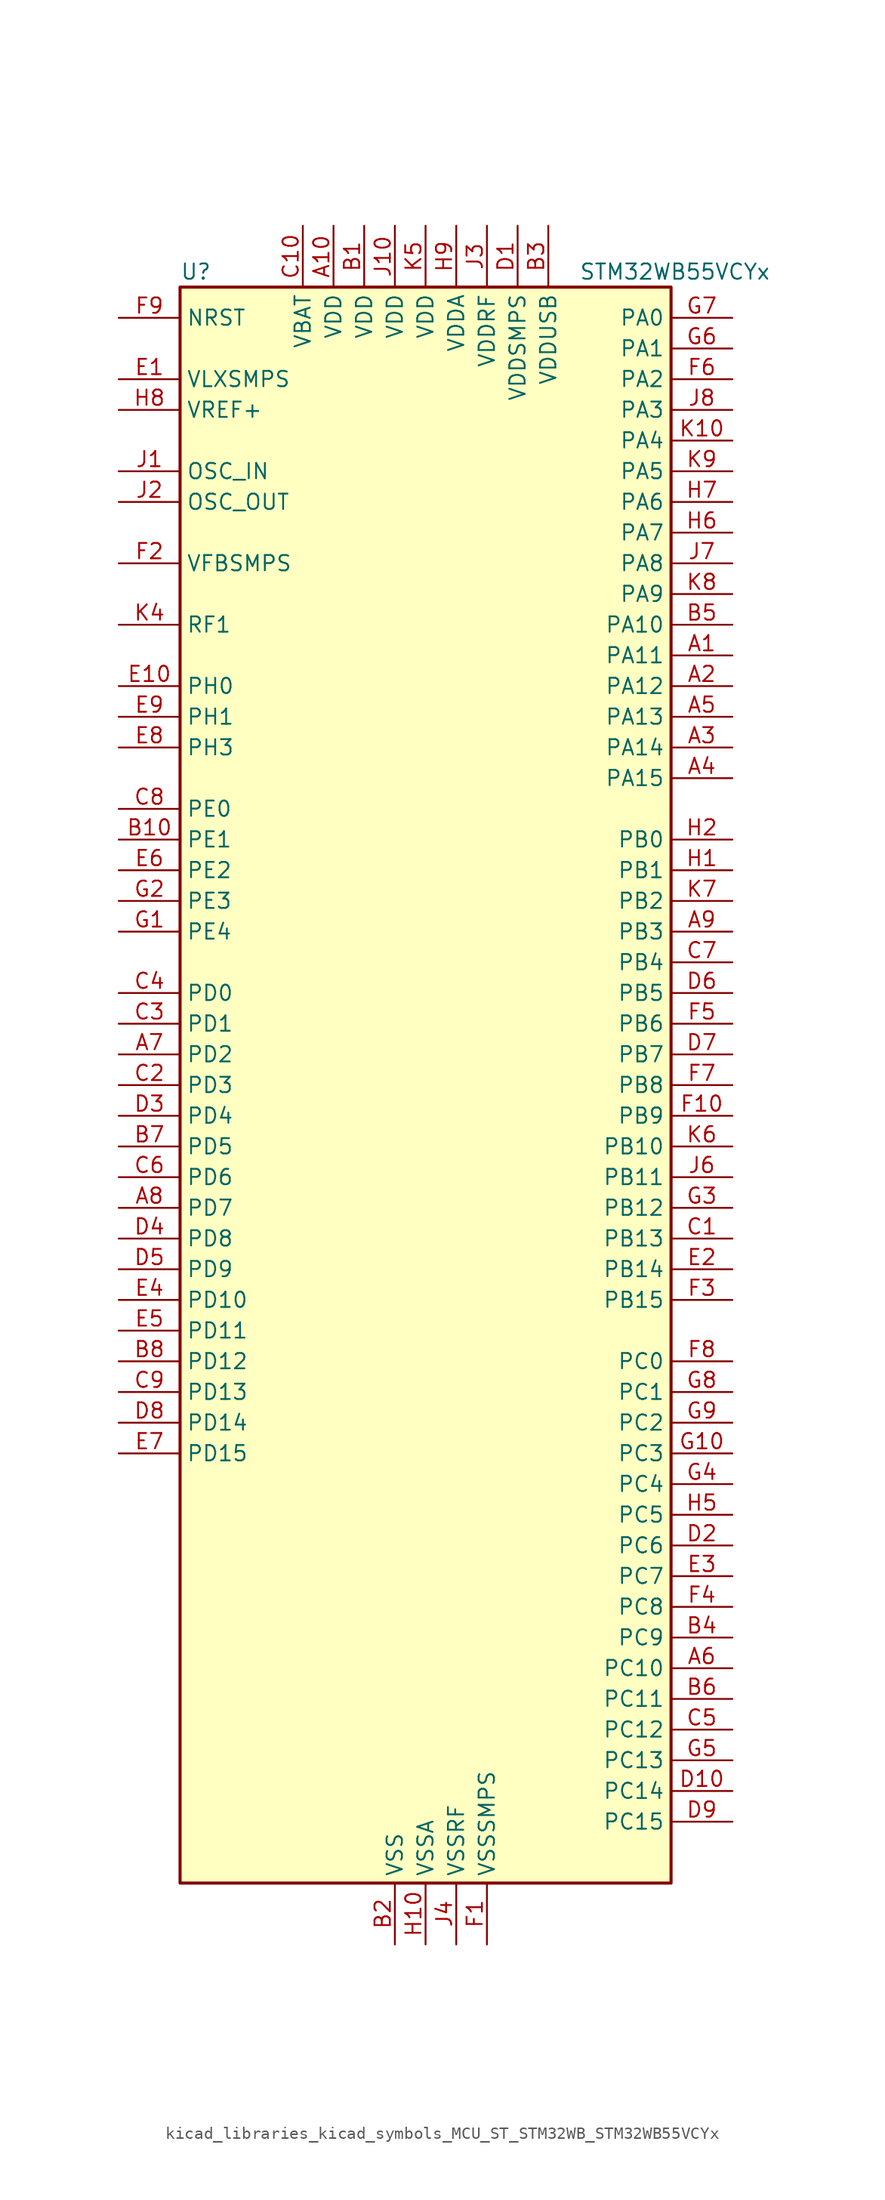
<source format=kicad_sym>
(kicad_symbol_lib
  (version 20220914)
  (generator kicad_symbol_editor)
  (symbol "kicad_libraries_kicad_symbols_MCU_ST_STM32WB_STM32WB55VCYx"
    (property "Reference" "U"
      (at -20.32 67.31 0)
      (effects (font (size 1.27 1.27)) (justify left)))
    (property "Value" "STM32WB55VCYx"
      (at 12.7 67.31 0)
      (effects (font (size 1.27 1.27)) (justify left)))
    (property "ki_locked" ""
      (at 0 0 0)
      (effects (font (size 1.27 1.27))))
    (symbol "kicad_libraries_kicad_symbols_MCU_ST_STM32WB_STM32WB55VCYx_0_1"
      (rectangle (start -20.32 -66.04) (end 20.32 66.04) (stroke (width 0.254) (type default)) (fill (type background))))
    (symbol "kicad_libraries_kicad_symbols_MCU_ST_STM32WB_STM32WB55VCYx_1_1"
      (pin bidirectional line (at 25.4 35.56 180) (length 5.08) (name "PA11" (effects (font (size 1.27 1.27)))) (number "A1" (effects (font (size 1.27 1.27)))) (alternate "ADC1_EXTI11" bidirectional line) (alternate "SPI1_MISO" bidirectional line) (alternate "TIM1_BKIN2" bidirectional line) (alternate "TIM1_CH4" bidirectional line) (alternate "USART1_CTS" bidirectional line) (alternate "USART1_NSS" bidirectional line) (alternate "USB_DM" bidirectional line))
      (pin power_in line (at -7.62 71.12 270) (length 5.08) (name "VDD" (effects (font (size 1.27 1.27)))) (number "A10" (effects (font (size 1.27 1.27)))))
      (pin bidirectional line (at 25.4 33.02 180) (length 5.08) (name "PA12" (effects (font (size 1.27 1.27)))) (number "A2" (effects (font (size 1.27 1.27)))) (alternate "LPUART1_RX" bidirectional line) (alternate "SPI1_MOSI" bidirectional line) (alternate "TIM1_ETR" bidirectional line) (alternate "USART1_DE" bidirectional line) (alternate "USART1_RTS" bidirectional line) (alternate "USB_DP" bidirectional line))
      (pin bidirectional line (at 25.4 27.94 180) (length 5.08) (name "PA14" (effects (font (size 1.27 1.27)))) (number "A3" (effects (font (size 1.27 1.27)))) (alternate "I2C1_SMBA" bidirectional line) (alternate "LCD_SEG5" bidirectional line) (alternate "LPTIM1_OUT" bidirectional line) (alternate "SAI1_FS_B" bidirectional line) (alternate "SYS_JTCK-SWCLK" bidirectional line))
      (pin bidirectional line (at 25.4 25.4 180) (length 5.08) (name "PA15" (effects (font (size 1.27 1.27)))) (number "A4" (effects (font (size 1.27 1.27)))) (alternate "ADC1_EXTI15" bidirectional line) (alternate "LCD_SEG17" bidirectional line) (alternate "RCC_MCO" bidirectional line) (alternate "SPI1_NSS" bidirectional line) (alternate "SYS_JTDI" bidirectional line) (alternate "TIM2_CH1" bidirectional line) (alternate "TIM2_ETR" bidirectional line) (alternate "TSC_G3_IO1" bidirectional line))
      (pin bidirectional line (at 25.4 30.48 180) (length 5.08) (name "PA13" (effects (font (size 1.27 1.27)))) (number "A5" (effects (font (size 1.27 1.27)))) (alternate "IR_OUT" bidirectional line) (alternate "SAI1_SD_B" bidirectional line) (alternate "SYS_JTMS-SWDIO" bidirectional line) (alternate "USB_NOE" bidirectional line))
      (pin bidirectional line (at 25.4 -48.26 180) (length 5.08) (name "PC10" (effects (font (size 1.27 1.27)))) (number "A6" (effects (font (size 1.27 1.27)))) (alternate "LCD_COM4" bidirectional line) (alternate "LCD_SEG28" bidirectional line) (alternate "LCD_SEG40" bidirectional line) (alternate "SYS_TRACED1" bidirectional line) (alternate "TSC_G3_IO2" bidirectional line))
      (pin bidirectional line (at -25.4 2.54 0) (length 5.08) (name "PD2" (effects (font (size 1.27 1.27)))) (number "A7" (effects (font (size 1.27 1.27)))) (alternate "LCD_COM7" bidirectional line) (alternate "LCD_SEG31" bidirectional line) (alternate "LCD_SEG43" bidirectional line) (alternate "SYS_TRACED2" bidirectional line) (alternate "TSC_SYNC" bidirectional line))
      (pin bidirectional line (at -25.4 -10.16 0) (length 5.08) (name "PD7" (effects (font (size 1.27 1.27)))) (number "A8" (effects (font (size 1.27 1.27)))) (alternate "LCD_SEG39" bidirectional line) (alternate "QUADSPI_BK1_IO3" bidirectional line) (alternate "TSC_G5_IO4" bidirectional line))
      (pin bidirectional line (at 25.4 12.7 180) (length 5.08) (name "PB3" (effects (font (size 1.27 1.27)))) (number "A9" (effects (font (size 1.27 1.27)))) (alternate "COMP2_INM" bidirectional line) (alternate "LCD_SEG7" bidirectional line) (alternate "SAI1_SCK_B" bidirectional line) (alternate "SPI1_SCK" bidirectional line) (alternate "SYS_JTDO-SWO" bidirectional line) (alternate "TIM2_CH2" bidirectional line) (alternate "USART1_DE" bidirectional line) (alternate "USART1_RTS" bidirectional line))
      (pin power_in line (at -5.08 71.12 270) (length 5.08) (name "VDD" (effects (font (size 1.27 1.27)))) (number "B1" (effects (font (size 1.27 1.27)))))
      (pin bidirectional line (at -25.4 20.32 0) (length 5.08) (name "PE1" (effects (font (size 1.27 1.27)))) (number "B10" (effects (font (size 1.27 1.27)))) (alternate "LCD_SEG37" bidirectional line) (alternate "TIM17_CH1" bidirectional line) (alternate "TSC_G7_IO2" bidirectional line))
      (pin power_in line (at -2.54 -71.12 90) (length 5.08) (name "VSS" (effects (font (size 1.27 1.27)))) (number "B2" (effects (font (size 1.27 1.27)))))
      (pin power_in line (at 10.16 71.12 270) (length 5.08) (name "VDDUSB" (effects (font (size 1.27 1.27)))) (number "B3" (effects (font (size 1.27 1.27)))))
      (pin bidirectional line (at 25.4 -45.72 180) (length 5.08) (name "PC9" (effects (font (size 1.27 1.27)))) (number "B4" (effects (font (size 1.27 1.27)))) (alternate "LCD_SEG27" bidirectional line) (alternate "SAI1_SCK_B" bidirectional line) (alternate "TIM1_BKIN" bidirectional line) (alternate "TSC_G4_IO4" bidirectional line) (alternate "USB_NOE" bidirectional line))
      (pin bidirectional line (at 25.4 38.1 180) (length 5.08) (name "PA10" (effects (font (size 1.27 1.27)))) (number "B5" (effects (font (size 1.27 1.27)))) (alternate "CRS_SYNC" bidirectional line) (alternate "I2C1_SDA" bidirectional line) (alternate "LCD_COM2" bidirectional line) (alternate "SAI1_D1" bidirectional line) (alternate "SAI1_SD_A" bidirectional line) (alternate "TIM17_BKIN" bidirectional line) (alternate "TIM1_CH3" bidirectional line) (alternate "USART1_RX" bidirectional line))
      (pin bidirectional line (at 25.4 -50.8 180) (length 5.08) (name "PC11" (effects (font (size 1.27 1.27)))) (number "B6" (effects (font (size 1.27 1.27)))) (alternate "ADC1_EXTI11" bidirectional line) (alternate "LCD_COM5" bidirectional line) (alternate "LCD_SEG29" bidirectional line) (alternate "LCD_SEG41" bidirectional line) (alternate "TSC_G3_IO3" bidirectional line))
      (pin bidirectional line (at -25.4 -5.08 0) (length 5.08) (name "PD5" (effects (font (size 1.27 1.27)))) (number "B7" (effects (font (size 1.27 1.27)))) (alternate "QUADSPI_BK1_IO1" bidirectional line) (alternate "SAI1_MCLK_B" bidirectional line) (alternate "TSC_G5_IO2" bidirectional line))
      (pin bidirectional line (at -25.4 -22.86 0) (length 5.08) (name "PD12" (effects (font (size 1.27 1.27)))) (number "B8" (effects (font (size 1.27 1.27)))) (alternate "LCD_SEG32" bidirectional line) (alternate "LPTIM2_IN1" bidirectional line) (alternate "TSC_G6_IO3" bidirectional line))
      (pin passive line (at -2.54 -71.12 90) (length 5.08) hide (name "VSS" (effects (font (size 1.27 1.27)))) (number "B9" (effects (font (size 1.27 1.27)))))
      (pin bidirectional line (at 25.4 -12.7 180) (length 5.08) (name "PB13" (effects (font (size 1.27 1.27)))) (number "C1" (effects (font (size 1.27 1.27)))) (alternate "I2C3_SCL" bidirectional line) (alternate "LCD_SEG13" bidirectional line) (alternate "LPUART1_CTS" bidirectional line) (alternate "SAI1_SCK_A" bidirectional line) (alternate "SPI2_SCK" bidirectional line) (alternate "TIM1_CH1N" bidirectional line) (alternate "TSC_G1_IO2" bidirectional line))
      (pin power_in line (at -10.16 71.12 270) (length 5.08) (name "VBAT" (effects (font (size 1.27 1.27)))) (number "C10" (effects (font (size 1.27 1.27)))))
      (pin bidirectional line (at -25.4 0 0) (length 5.08) (name "PD3" (effects (font (size 1.27 1.27)))) (number "C2" (effects (font (size 1.27 1.27)))) (alternate "QUADSPI_BK1_NCS" bidirectional line) (alternate "SPI2_MISO" bidirectional line) (alternate "SPI2_SCK" bidirectional line))
      (pin bidirectional line (at -25.4 5.08 0) (length 5.08) (name "PD1" (effects (font (size 1.27 1.27)))) (number "C3" (effects (font (size 1.27 1.27)))) (alternate "SPI2_SCK" bidirectional line))
      (pin bidirectional line (at -25.4 7.62 0) (length 5.08) (name "PD0" (effects (font (size 1.27 1.27)))) (number "C4" (effects (font (size 1.27 1.27)))) (alternate "SPI2_NSS" bidirectional line))
      (pin bidirectional line (at 25.4 -53.34 180) (length 5.08) (name "PC12" (effects (font (size 1.27 1.27)))) (number "C5" (effects (font (size 1.27 1.27)))) (alternate "LCD_COM6" bidirectional line) (alternate "LCD_SEG30" bidirectional line) (alternate "LCD_SEG42" bidirectional line) (alternate "RCC_LSCO" bidirectional line) (alternate "RTC_TAMP3" bidirectional line) (alternate "SYS_TRACED3" bidirectional line) (alternate "SYS_WKUP3" bidirectional line) (alternate "TSC_G3_IO4" bidirectional line))
      (pin bidirectional line (at -25.4 -7.62 0) (length 5.08) (name "PD6" (effects (font (size 1.27 1.27)))) (number "C6" (effects (font (size 1.27 1.27)))) (alternate "QUADSPI_BK1_IO2" bidirectional line) (alternate "SAI1_D1" bidirectional line) (alternate "SAI1_SD_A" bidirectional line) (alternate "TSC_G5_IO3" bidirectional line))
      (pin bidirectional line (at 25.4 10.16 180) (length 5.08) (name "PB4" (effects (font (size 1.27 1.27)))) (number "C7" (effects (font (size 1.27 1.27)))) (alternate "COMP2_INP" bidirectional line) (alternate "I2C3_SDA" bidirectional line) (alternate "LCD_SEG8" bidirectional line) (alternate "SAI1_MCLK_B" bidirectional line) (alternate "SPI1_MISO" bidirectional line) (alternate "SYS_JTRST" bidirectional line) (alternate "TIM17_BKIN" bidirectional line) (alternate "TSC_G2_IO1" bidirectional line) (alternate "USART1_CTS" bidirectional line) (alternate "USART1_NSS" bidirectional line))
      (pin bidirectional line (at -25.4 22.86 0) (length 5.08) (name "PE0" (effects (font (size 1.27 1.27)))) (number "C8" (effects (font (size 1.27 1.27)))) (alternate "LCD_SEG36" bidirectional line) (alternate "TIM16_CH1" bidirectional line) (alternate "TIM1_ETR" bidirectional line) (alternate "TSC_G7_IO3" bidirectional line))
      (pin bidirectional line (at -25.4 -25.4 0) (length 5.08) (name "PD13" (effects (font (size 1.27 1.27)))) (number "C9" (effects (font (size 1.27 1.27)))) (alternate "LCD_SEG33" bidirectional line) (alternate "LPTIM2_OUT" bidirectional line) (alternate "TSC_G6_IO4" bidirectional line))
      (pin power_in line (at 7.62 71.12 270) (length 5.08) (name "VDDSMPS" (effects (font (size 1.27 1.27)))) (number "D1" (effects (font (size 1.27 1.27)))))
      (pin bidirectional line (at 25.4 -58.42 180) (length 5.08) (name "PC14" (effects (font (size 1.27 1.27)))) (number "D10" (effects (font (size 1.27 1.27)))) (alternate "RCC_OSC32_IN" bidirectional line))
      (pin bidirectional line (at 25.4 -38.1 180) (length 5.08) (name "PC6" (effects (font (size 1.27 1.27)))) (number "D2" (effects (font (size 1.27 1.27)))) (alternate "LCD_SEG24" bidirectional line) (alternate "TSC_G4_IO1" bidirectional line))
      (pin bidirectional line (at -25.4 -2.54 0) (length 5.08) (name "PD4" (effects (font (size 1.27 1.27)))) (number "D3" (effects (font (size 1.27 1.27)))) (alternate "QUADSPI_BK1_IO0" bidirectional line) (alternate "SPI2_MOSI" bidirectional line) (alternate "TSC_G5_IO1" bidirectional line))
      (pin bidirectional line (at -25.4 -12.7 0) (length 5.08) (name "PD8" (effects (font (size 1.27 1.27)))) (number "D4" (effects (font (size 1.27 1.27)))) (alternate "LCD_SEG28" bidirectional line) (alternate "TIM1_BKIN2" bidirectional line))
      (pin bidirectional line (at -25.4 -15.24 0) (length 5.08) (name "PD9" (effects (font (size 1.27 1.27)))) (number "D5" (effects (font (size 1.27 1.27)))) (alternate "LCD_SEG29" bidirectional line) (alternate "SYS_TRACED0" bidirectional line))
      (pin bidirectional line (at 25.4 7.62 180) (length 5.08) (name "PB5" (effects (font (size 1.27 1.27)))) (number "D6" (effects (font (size 1.27 1.27)))) (alternate "COMP2_OUT" bidirectional line) (alternate "I2C1_SMBA" bidirectional line) (alternate "LCD_SEG9" bidirectional line) (alternate "LPTIM1_IN1" bidirectional line) (alternate "LPUART1_TX" bidirectional line) (alternate "SAI1_SD_B" bidirectional line) (alternate "SPI1_MOSI" bidirectional line) (alternate "TIM16_BKIN" bidirectional line) (alternate "TSC_G2_IO2" bidirectional line) (alternate "USART1_CK" bidirectional line))
      (pin bidirectional line (at 25.4 2.54 180) (length 5.08) (name "PB7" (effects (font (size 1.27 1.27)))) (number "D7" (effects (font (size 1.27 1.27)))) (alternate "COMP2_INM" bidirectional line) (alternate "I2C1_SDA" bidirectional line) (alternate "LCD_SEG21" bidirectional line) (alternate "LPTIM1_IN2" bidirectional line) (alternate "SYS_PVD_IN" bidirectional line) (alternate "TIM17_CH1N" bidirectional line) (alternate "TIM1_BKIN" bidirectional line) (alternate "TSC_G2_IO4" bidirectional line) (alternate "USART1_RX" bidirectional line))
      (pin bidirectional line (at -25.4 -27.94 0) (length 5.08) (name "PD14" (effects (font (size 1.27 1.27)))) (number "D8" (effects (font (size 1.27 1.27)))) (alternate "LCD_SEG34" bidirectional line) (alternate "TIM1_CH1" bidirectional line))
      (pin bidirectional line (at 25.4 -60.96 180) (length 5.08) (name "PC15" (effects (font (size 1.27 1.27)))) (number "D9" (effects (font (size 1.27 1.27)))) (alternate "ADC1_EXTI15" bidirectional line) (alternate "RCC_OSC32_OUT" bidirectional line))
      (pin power_in line (at -25.4 58.42 0) (length 5.08) (name "VLXSMPS" (effects (font (size 1.27 1.27)))) (number "E1" (effects (font (size 1.27 1.27)))))
      (pin bidirectional line (at -25.4 33.02 0) (length 5.08) (name "PH0" (effects (font (size 1.27 1.27)))) (number "E10" (effects (font (size 1.27 1.27)))))
      (pin bidirectional line (at 25.4 -15.24 180) (length 5.08) (name "PB14" (effects (font (size 1.27 1.27)))) (number "E2" (effects (font (size 1.27 1.27)))) (alternate "I2C3_SDA" bidirectional line) (alternate "LCD_SEG14" bidirectional line) (alternate "SAI1_MCLK_A" bidirectional line) (alternate "SPI2_MISO" bidirectional line) (alternate "TIM1_CH2N" bidirectional line) (alternate "TSC_G1_IO3" bidirectional line))
      (pin bidirectional line (at 25.4 -40.64 180) (length 5.08) (name "PC7" (effects (font (size 1.27 1.27)))) (number "E3" (effects (font (size 1.27 1.27)))) (alternate "LCD_SEG25" bidirectional line) (alternate "TSC_G4_IO2" bidirectional line))
      (pin bidirectional line (at -25.4 -17.78 0) (length 5.08) (name "PD10" (effects (font (size 1.27 1.27)))) (number "E4" (effects (font (size 1.27 1.27)))) (alternate "LCD_SEG30" bidirectional line) (alternate "SYS_TRIG_INOUT" bidirectional line) (alternate "TSC_G6_IO1" bidirectional line))
      (pin bidirectional line (at -25.4 -20.32 0) (length 5.08) (name "PD11" (effects (font (size 1.27 1.27)))) (number "E5" (effects (font (size 1.27 1.27)))) (alternate "ADC1_EXTI11" bidirectional line) (alternate "LCD_SEG31" bidirectional line) (alternate "LPTIM2_ETR" bidirectional line) (alternate "TSC_G6_IO2" bidirectional line))
      (pin bidirectional line (at -25.4 17.78 0) (length 5.08) (name "PE2" (effects (font (size 1.27 1.27)))) (number "E6" (effects (font (size 1.27 1.27)))) (alternate "LCD_SEG38" bidirectional line) (alternate "SAI1_CK1" bidirectional line) (alternate "SAI1_MCLK_A" bidirectional line) (alternate "SYS_TRACECLK" bidirectional line) (alternate "TSC_G7_IO1" bidirectional line))
      (pin bidirectional line (at -25.4 -30.48 0) (length 5.08) (name "PD15" (effects (font (size 1.27 1.27)))) (number "E7" (effects (font (size 1.27 1.27)))) (alternate "ADC1_EXTI15" bidirectional line) (alternate "LCD_SEG35" bidirectional line) (alternate "TIM1_CH2" bidirectional line))
      (pin bidirectional line (at -25.4 27.94 0) (length 5.08) (name "PH3" (effects (font (size 1.27 1.27)))) (number "E8" (effects (font (size 1.27 1.27)))) (alternate "RCC_LSCO" bidirectional line))
      (pin bidirectional line (at -25.4 30.48 0) (length 5.08) (name "PH1" (effects (font (size 1.27 1.27)))) (number "E9" (effects (font (size 1.27 1.27)))))
      (pin power_in line (at 5.08 -71.12 90) (length 5.08) (name "VSSSMPS" (effects (font (size 1.27 1.27)))) (number "F1" (effects (font (size 1.27 1.27)))))
      (pin bidirectional line (at 25.4 -2.54 180) (length 5.08) (name "PB9" (effects (font (size 1.27 1.27)))) (number "F10" (effects (font (size 1.27 1.27)))) (alternate "I2C1_SDA" bidirectional line) (alternate "IR_OUT" bidirectional line) (alternate "LCD_COM3" bidirectional line) (alternate "QUADSPI_BK1_IO0" bidirectional line) (alternate "SAI1_D2" bidirectional line) (alternate "SAI1_FS_A" bidirectional line) (alternate "SPI2_NSS" bidirectional line) (alternate "TIM17_CH1" bidirectional line) (alternate "TIM1_CH3N" bidirectional line) (alternate "TSC_G7_IO4" bidirectional line))
      (pin input line (at -25.4 43.18 0) (length 5.08) (name "VFBSMPS" (effects (font (size 1.27 1.27)))) (number "F2" (effects (font (size 1.27 1.27)))))
      (pin bidirectional line (at 25.4 -17.78 180) (length 5.08) (name "PB15" (effects (font (size 1.27 1.27)))) (number "F3" (effects (font (size 1.27 1.27)))) (alternate "ADC1_EXTI15" bidirectional line) (alternate "LCD_SEG15" bidirectional line) (alternate "RTC_REFIN" bidirectional line) (alternate "SAI1_SD_A" bidirectional line) (alternate "SPI2_MOSI" bidirectional line) (alternate "TIM1_CH3N" bidirectional line) (alternate "TSC_G1_IO4" bidirectional line))
      (pin bidirectional line (at 25.4 -43.18 180) (length 5.08) (name "PC8" (effects (font (size 1.27 1.27)))) (number "F4" (effects (font (size 1.27 1.27)))) (alternate "LCD_SEG26" bidirectional line) (alternate "TSC_G4_IO3" bidirectional line))
      (pin bidirectional line (at 25.4 5.08 180) (length 5.08) (name "PB6" (effects (font (size 1.27 1.27)))) (number "F5" (effects (font (size 1.27 1.27)))) (alternate "COMP2_INP" bidirectional line) (alternate "I2C1_SCL" bidirectional line) (alternate "LCD_SEG6" bidirectional line) (alternate "LPTIM1_ETR" bidirectional line) (alternate "RCC_MCO" bidirectional line) (alternate "SAI1_FS_B" bidirectional line) (alternate "TIM16_CH1N" bidirectional line) (alternate "TSC_G2_IO3" bidirectional line) (alternate "USART1_TX" bidirectional line))
      (pin bidirectional line (at 25.4 58.42 180) (length 5.08) (name "PA2" (effects (font (size 1.27 1.27)))) (number "F6" (effects (font (size 1.27 1.27)))) (alternate "ADC1_IN7" bidirectional line) (alternate "COMP2_INM" bidirectional line) (alternate "COMP2_OUT" bidirectional line) (alternate "LCD_SEG1" bidirectional line) (alternate "LPUART1_TX" bidirectional line) (alternate "QUADSPI_BK1_NCS" bidirectional line) (alternate "RCC_LSCO" bidirectional line) (alternate "SYS_WKUP4" bidirectional line) (alternate "TIM2_CH3" bidirectional line))
      (pin bidirectional line (at 25.4 0 180) (length 5.08) (name "PB8" (effects (font (size 1.27 1.27)))) (number "F7" (effects (font (size 1.27 1.27)))) (alternate "I2C1_SCL" bidirectional line) (alternate "LCD_SEG16" bidirectional line) (alternate "QUADSPI_BK1_IO1" bidirectional line) (alternate "SAI1_CK1" bidirectional line) (alternate "SAI1_MCLK_A" bidirectional line) (alternate "TIM16_CH1" bidirectional line) (alternate "TIM1_CH2N" bidirectional line))
      (pin bidirectional line (at 25.4 -22.86 180) (length 5.08) (name "PC0" (effects (font (size 1.27 1.27)))) (number "F8" (effects (font (size 1.27 1.27)))) (alternate "ADC1_IN1" bidirectional line) (alternate "I2C3_SCL" bidirectional line) (alternate "LCD_SEG18" bidirectional line) (alternate "LPTIM1_IN1" bidirectional line) (alternate "LPTIM2_IN1" bidirectional line) (alternate "LPUART1_RX" bidirectional line))
      (pin input line (at -25.4 63.5 0) (length 5.08) (name "NRST" (effects (font (size 1.27 1.27)))) (number "F9" (effects (font (size 1.27 1.27)))))
      (pin bidirectional line (at -25.4 12.7 0) (length 5.08) (name "PE4" (effects (font (size 1.27 1.27)))) (number "G1" (effects (font (size 1.27 1.27)))))
      (pin bidirectional line (at 25.4 -30.48 180) (length 5.08) (name "PC3" (effects (font (size 1.27 1.27)))) (number "G10" (effects (font (size 1.27 1.27)))) (alternate "ADC1_IN4" bidirectional line) (alternate "LCD_VLCD" bidirectional line) (alternate "LPTIM1_ETR" bidirectional line) (alternate "LPTIM2_ETR" bidirectional line) (alternate "SAI1_D1" bidirectional line) (alternate "SAI1_SD_A" bidirectional line) (alternate "SPI2_MOSI" bidirectional line))
      (pin bidirectional line (at -25.4 15.24 0) (length 5.08) (name "PE3" (effects (font (size 1.27 1.27)))) (number "G2" (effects (font (size 1.27 1.27)))))
      (pin bidirectional line (at 25.4 -10.16 180) (length 5.08) (name "PB12" (effects (font (size 1.27 1.27)))) (number "G3" (effects (font (size 1.27 1.27)))) (alternate "I2C3_SMBA" bidirectional line) (alternate "LCD_SEG12" bidirectional line) (alternate "LPUART1_DE" bidirectional line) (alternate "LPUART1_RTS" bidirectional line) (alternate "SAI1_FS_A" bidirectional line) (alternate "SPI2_NSS" bidirectional line) (alternate "TIM1_BKIN" bidirectional line) (alternate "TSC_G1_IO1" bidirectional line))
      (pin bidirectional line (at 25.4 -33.02 180) (length 5.08) (name "PC4" (effects (font (size 1.27 1.27)))) (number "G4" (effects (font (size 1.27 1.27)))) (alternate "ADC1_IN13" bidirectional line) (alternate "COMP1_INM" bidirectional line) (alternate "LCD_SEG22" bidirectional line))
      (pin bidirectional line (at 25.4 -55.88 180) (length 5.08) (name "PC13" (effects (font (size 1.27 1.27)))) (number "G5" (effects (font (size 1.27 1.27)))) (alternate "RTC_OUT1" bidirectional line) (alternate "RTC_TAMP1" bidirectional line) (alternate "RTC_TS" bidirectional line) (alternate "SYS_WKUP2" bidirectional line))
      (pin bidirectional line (at 25.4 60.96 180) (length 5.08) (name "PA1" (effects (font (size 1.27 1.27)))) (number "G6" (effects (font (size 1.27 1.27)))) (alternate "ADC1_IN6" bidirectional line) (alternate "COMP1_INP" bidirectional line) (alternate "I2C1_SMBA" bidirectional line) (alternate "LCD_SEG0" bidirectional line) (alternate "SPI1_SCK" bidirectional line) (alternate "TIM2_CH2" bidirectional line))
      (pin bidirectional line (at 25.4 63.5 180) (length 5.08) (name "PA0" (effects (font (size 1.27 1.27)))) (number "G7" (effects (font (size 1.27 1.27)))) (alternate "ADC1_IN5" bidirectional line) (alternate "COMP1_INM" bidirectional line) (alternate "COMP1_OUT" bidirectional line) (alternate "RTC_TAMP2" bidirectional line) (alternate "SAI1_EXTCLK" bidirectional line) (alternate "SYS_WKUP1" bidirectional line) (alternate "TIM2_CH1" bidirectional line) (alternate "TIM2_ETR" bidirectional line))
      (pin bidirectional line (at 25.4 -25.4 180) (length 5.08) (name "PC1" (effects (font (size 1.27 1.27)))) (number "G8" (effects (font (size 1.27 1.27)))) (alternate "ADC1_IN2" bidirectional line) (alternate "I2C3_SDA" bidirectional line) (alternate "LCD_SEG19" bidirectional line) (alternate "LPTIM1_OUT" bidirectional line) (alternate "LPUART1_TX" bidirectional line) (alternate "SPI2_MOSI" bidirectional line))
      (pin bidirectional line (at 25.4 -27.94 180) (length 5.08) (name "PC2" (effects (font (size 1.27 1.27)))) (number "G9" (effects (font (size 1.27 1.27)))) (alternate "ADC1_IN3" bidirectional line) (alternate "LCD_SEG20" bidirectional line) (alternate "LPTIM1_IN2" bidirectional line) (alternate "SPI2_MISO" bidirectional line))
      (pin bidirectional line (at 25.4 17.78 180) (length 5.08) (name "PB1" (effects (font (size 1.27 1.27)))) (number "H1" (effects (font (size 1.27 1.27)))) (alternate "LPTIM2_IN1" bidirectional line) (alternate "LPUART1_DE" bidirectional line) (alternate "LPUART1_RTS" bidirectional line))
      (pin power_in line (at 0 -71.12 90) (length 5.08) (name "VSSA" (effects (font (size 1.27 1.27)))) (number "H10" (effects (font (size 1.27 1.27)))))
      (pin bidirectional line (at 25.4 20.32 180) (length 5.08) (name "PB0" (effects (font (size 1.27 1.27)))) (number "H2" (effects (font (size 1.27 1.27)))) (alternate "COMP1_OUT" bidirectional line) (alternate "RF_TX_MOD_EXT_PA" bidirectional line))
      (pin no_connect line (at -20.32 -66.04 0) (length 5.08) hide (name "AT0" (effects (font (size 1.27 1.27)))) (number "H3" (effects (font (size 1.27 1.27)))))
      (pin no_connect line (at -20.32 -63.5 0) (length 5.08) hide (name "AT1" (effects (font (size 1.27 1.27)))) (number "H4" (effects (font (size 1.27 1.27)))))
      (pin bidirectional line (at 25.4 -35.56 180) (length 5.08) (name "PC5" (effects (font (size 1.27 1.27)))) (number "H5" (effects (font (size 1.27 1.27)))) (alternate "ADC1_IN14" bidirectional line) (alternate "COMP1_INP" bidirectional line) (alternate "LCD_SEG23" bidirectional line) (alternate "SAI1_D3" bidirectional line) (alternate "SYS_WKUP5" bidirectional line))
      (pin bidirectional line (at 25.4 45.72 180) (length 5.08) (name "PA7" (effects (font (size 1.27 1.27)))) (number "H6" (effects (font (size 1.27 1.27)))) (alternate "ADC1_IN12" bidirectional line) (alternate "COMP2_OUT" bidirectional line) (alternate "I2C3_SCL" bidirectional line) (alternate "LCD_SEG4" bidirectional line) (alternate "QUADSPI_BK1_IO2" bidirectional line) (alternate "SPI1_MOSI" bidirectional line) (alternate "TIM17_CH1" bidirectional line) (alternate "TIM1_CH1N" bidirectional line))
      (pin bidirectional line (at 25.4 48.26 180) (length 5.08) (name "PA6" (effects (font (size 1.27 1.27)))) (number "H7" (effects (font (size 1.27 1.27)))) (alternate "ADC1_IN11" bidirectional line) (alternate "LCD_SEG3" bidirectional line) (alternate "LPUART1_CTS" bidirectional line) (alternate "QUADSPI_BK1_IO3" bidirectional line) (alternate "SPI1_MISO" bidirectional line) (alternate "TIM16_CH1" bidirectional line) (alternate "TIM1_BKIN" bidirectional line))
      (pin input line (at -25.4 55.88 0) (length 5.08) (name "VREF+" (effects (font (size 1.27 1.27)))) (number "H8" (effects (font (size 1.27 1.27)))) (alternate "VREFBUF_OUT" bidirectional line))
      (pin power_in line (at 2.54 71.12 270) (length 5.08) (name "VDDA" (effects (font (size 1.27 1.27)))) (number "H9" (effects (font (size 1.27 1.27)))))
      (pin input line (at -25.4 50.8 0) (length 5.08) (name "OSC_IN" (effects (font (size 1.27 1.27)))) (number "J1" (effects (font (size 1.27 1.27)))) (alternate "RCC_OSC_IN" bidirectional line))
      (pin power_in line (at -2.54 71.12 270) (length 5.08) (name "VDD" (effects (font (size 1.27 1.27)))) (number "J10" (effects (font (size 1.27 1.27)))))
      (pin input line (at -25.4 48.26 0) (length 5.08) (name "OSC_OUT" (effects (font (size 1.27 1.27)))) (number "J2" (effects (font (size 1.27 1.27)))) (alternate "RCC_OSC_OUT" bidirectional line))
      (pin power_in line (at 5.08 71.12 270) (length 5.08) (name "VDDRF" (effects (font (size 1.27 1.27)))) (number "J3" (effects (font (size 1.27 1.27)))))
      (pin power_in line (at 2.54 -71.12 90) (length 5.08) (name "VSSRF" (effects (font (size 1.27 1.27)))) (number "J4" (effects (font (size 1.27 1.27)))))
      (pin passive line (at -2.54 -71.12 90) (length 5.08) hide (name "VSS" (effects (font (size 1.27 1.27)))) (number "J5" (effects (font (size 1.27 1.27)))))
      (pin bidirectional line (at 25.4 -7.62 180) (length 5.08) (name "PB11" (effects (font (size 1.27 1.27)))) (number "J6" (effects (font (size 1.27 1.27)))) (alternate "ADC1_EXTI11" bidirectional line) (alternate "COMP2_OUT" bidirectional line) (alternate "I2C3_SDA" bidirectional line) (alternate "LCD_SEG11" bidirectional line) (alternate "LPUART1_TX" bidirectional line) (alternate "QUADSPI_BK1_NCS" bidirectional line) (alternate "TIM2_CH4" bidirectional line))
      (pin bidirectional line (at 25.4 43.18 180) (length 5.08) (name "PA8" (effects (font (size 1.27 1.27)))) (number "J7" (effects (font (size 1.27 1.27)))) (alternate "ADC1_IN15" bidirectional line) (alternate "LCD_COM0" bidirectional line) (alternate "LPTIM2_OUT" bidirectional line) (alternate "RCC_MCO" bidirectional line) (alternate "SAI1_CK2" bidirectional line) (alternate "SAI1_SCK_A" bidirectional line) (alternate "TIM1_CH1" bidirectional line) (alternate "USART1_CK" bidirectional line))
      (pin bidirectional line (at 25.4 55.88 180) (length 5.08) (name "PA3" (effects (font (size 1.27 1.27)))) (number "J8" (effects (font (size 1.27 1.27)))) (alternate "ADC1_IN8" bidirectional line) (alternate "COMP2_INP" bidirectional line) (alternate "LCD_SEG2" bidirectional line) (alternate "LPUART1_RX" bidirectional line) (alternate "QUADSPI_CLK" bidirectional line) (alternate "SAI1_CK1" bidirectional line) (alternate "SAI1_MCLK_A" bidirectional line) (alternate "TIM2_CH4" bidirectional line))
      (pin passive line (at -2.54 -71.12 90) (length 5.08) hide (name "VSS" (effects (font (size 1.27 1.27)))) (number "J9" (effects (font (size 1.27 1.27)))))
      (pin passive line (at 2.54 -71.12 90) (length 5.08) hide (name "VSSRF" (effects (font (size 1.27 1.27)))) (number "K1" (effects (font (size 1.27 1.27)))))
      (pin bidirectional line (at 25.4 53.34 180) (length 5.08) (name "PA4" (effects (font (size 1.27 1.27)))) (number "K10" (effects (font (size 1.27 1.27)))) (alternate "ADC1_IN9" bidirectional line) (alternate "COMP1_INM" bidirectional line) (alternate "COMP2_INM" bidirectional line) (alternate "LCD_SEG5" bidirectional line) (alternate "LPTIM2_OUT" bidirectional line) (alternate "SAI1_FS_B" bidirectional line) (alternate "SPI1_NSS" bidirectional line))
      (pin passive line (at 2.54 -71.12 90) (length 5.08) hide (name "VSSRF" (effects (font (size 1.27 1.27)))) (number "K2" (effects (font (size 1.27 1.27)))))
      (pin passive line (at 2.54 -71.12 90) (length 5.08) hide (name "VSSRF" (effects (font (size 1.27 1.27)))) (number "K3" (effects (font (size 1.27 1.27)))))
      (pin bidirectional line (at -25.4 38.1 0) (length 5.08) (name "RF1" (effects (font (size 1.27 1.27)))) (number "K4" (effects (font (size 1.27 1.27)))) (alternate "RF_RF1" bidirectional line))
      (pin power_in line (at 0 71.12 270) (length 5.08) (name "VDD" (effects (font (size 1.27 1.27)))) (number "K5" (effects (font (size 1.27 1.27)))))
      (pin bidirectional line (at 25.4 -5.08 180) (length 5.08) (name "PB10" (effects (font (size 1.27 1.27)))) (number "K6" (effects (font (size 1.27 1.27)))) (alternate "COMP1_OUT" bidirectional line) (alternate "I2C3_SCL" bidirectional line) (alternate "LCD_SEG10" bidirectional line) (alternate "LPUART1_RX" bidirectional line) (alternate "QUADSPI_CLK" bidirectional line) (alternate "SAI1_SCK_A" bidirectional line) (alternate "SPI2_SCK" bidirectional line) (alternate "TIM2_CH3" bidirectional line) (alternate "TSC_SYNC" bidirectional line))
      (pin bidirectional line (at 25.4 15.24 180) (length 5.08) (name "PB2" (effects (font (size 1.27 1.27)))) (number "K7" (effects (font (size 1.27 1.27)))) (alternate "COMP1_INP" bidirectional line) (alternate "I2C3_SMBA" bidirectional line) (alternate "LCD_VLCD" bidirectional line) (alternate "LPTIM1_OUT" bidirectional line) (alternate "RTC_OUT2" bidirectional line) (alternate "SAI1_EXTCLK" bidirectional line) (alternate "SPI1_NSS" bidirectional line))
      (pin bidirectional line (at 25.4 40.64 180) (length 5.08) (name "PA9" (effects (font (size 1.27 1.27)))) (number "K8" (effects (font (size 1.27 1.27)))) (alternate "ADC1_IN16" bidirectional line) (alternate "COMP1_INM" bidirectional line) (alternate "I2C1_SCL" bidirectional line) (alternate "LCD_COM1" bidirectional line) (alternate "SAI1_D2" bidirectional line) (alternate "SAI1_FS_A" bidirectional line) (alternate "SPI2_SCK" bidirectional line) (alternate "TIM1_CH2" bidirectional line) (alternate "USART1_TX" bidirectional line))
      (pin bidirectional line (at 25.4 50.8 180) (length 5.08) (name "PA5" (effects (font (size 1.27 1.27)))) (number "K9" (effects (font (size 1.27 1.27)))) (alternate "ADC1_IN10" bidirectional line) (alternate "COMP1_INM" bidirectional line) (alternate "COMP2_INM" bidirectional line) (alternate "LPTIM2_ETR" bidirectional line) (alternate "SAI1_SD_B" bidirectional line) (alternate "SPI1_SCK" bidirectional line) (alternate "TIM2_CH1" bidirectional line) (alternate "TIM2_ETR" bidirectional line)))))
</source>
